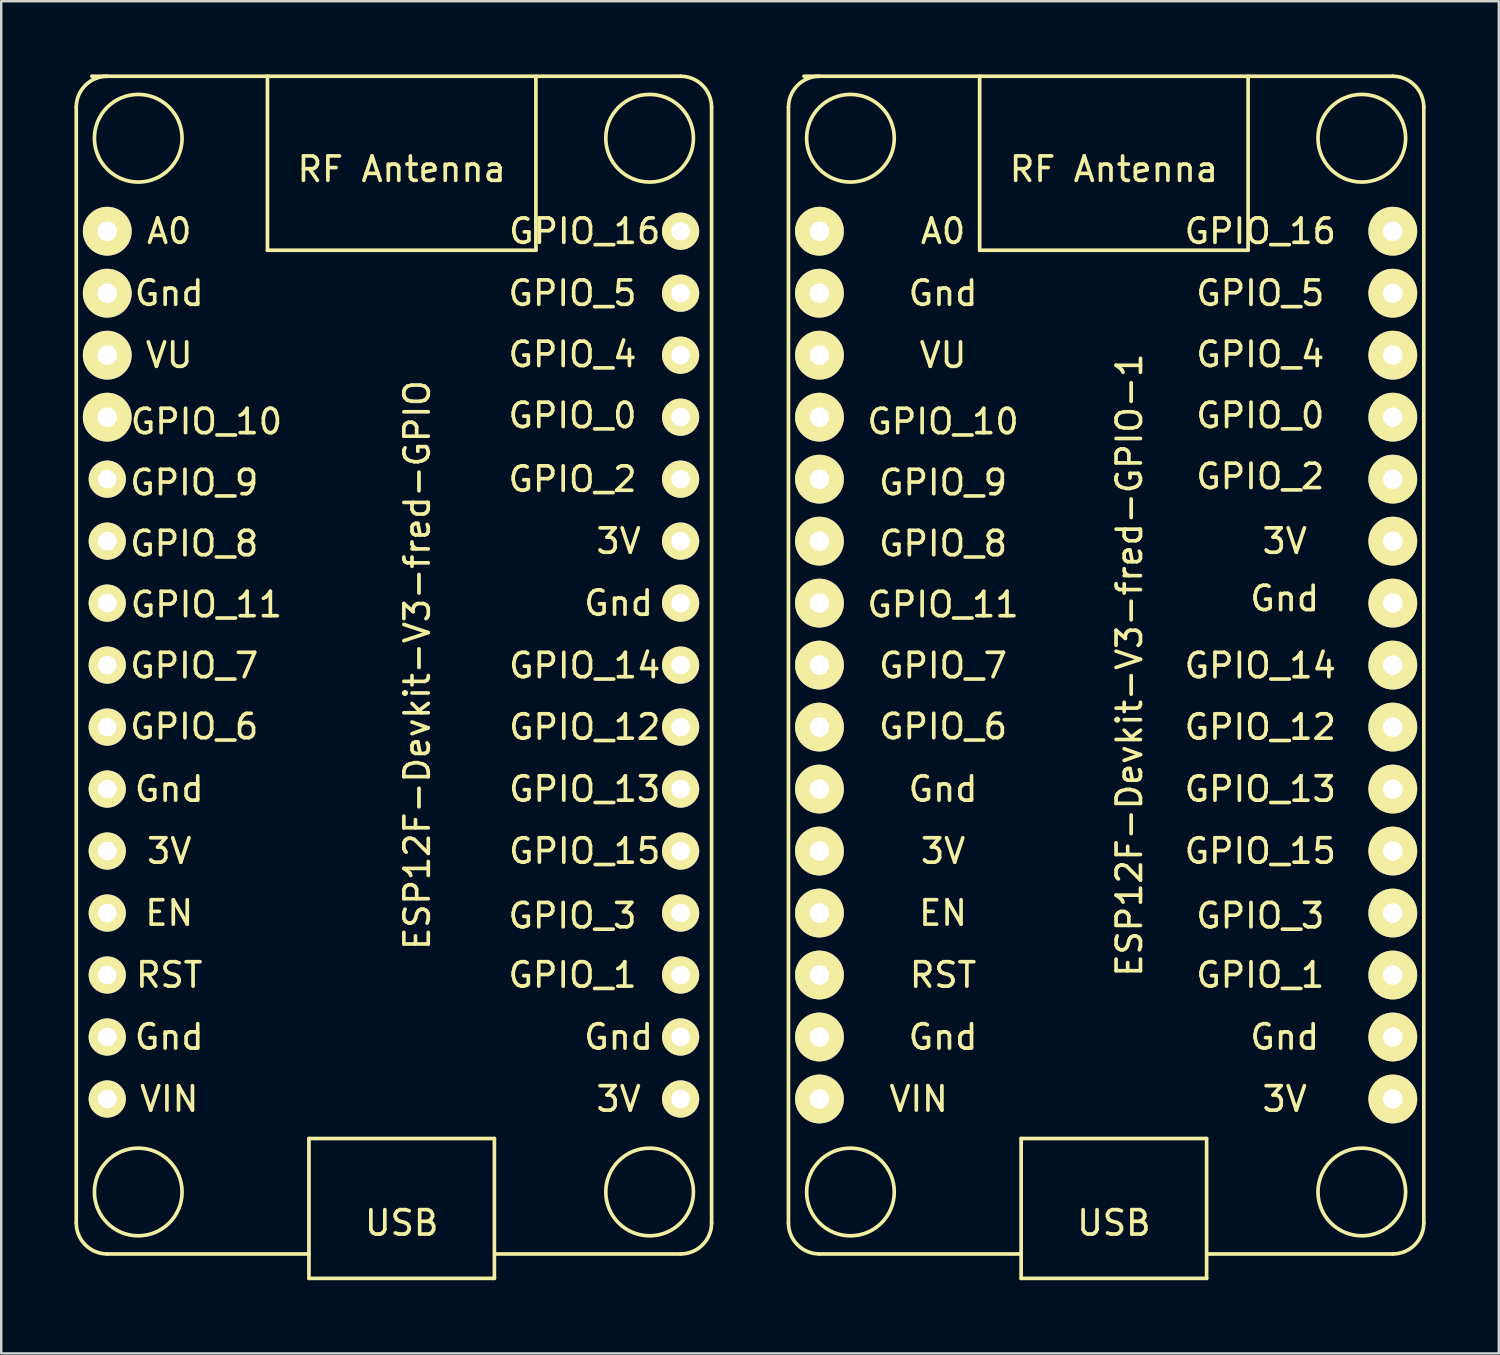
<source format=kicad_pcb>
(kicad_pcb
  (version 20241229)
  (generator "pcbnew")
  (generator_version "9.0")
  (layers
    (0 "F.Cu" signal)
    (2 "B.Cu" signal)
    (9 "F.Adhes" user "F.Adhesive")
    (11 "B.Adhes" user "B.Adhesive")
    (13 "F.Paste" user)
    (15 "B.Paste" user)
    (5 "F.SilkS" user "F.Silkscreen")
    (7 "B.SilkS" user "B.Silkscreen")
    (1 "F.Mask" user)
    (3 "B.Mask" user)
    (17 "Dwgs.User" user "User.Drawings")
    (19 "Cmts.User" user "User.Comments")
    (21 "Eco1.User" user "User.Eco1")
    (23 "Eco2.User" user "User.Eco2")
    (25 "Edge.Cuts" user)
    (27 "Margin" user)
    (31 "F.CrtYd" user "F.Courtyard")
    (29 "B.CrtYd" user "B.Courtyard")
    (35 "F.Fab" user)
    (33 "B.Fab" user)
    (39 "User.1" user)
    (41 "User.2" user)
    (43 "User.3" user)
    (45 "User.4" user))
  (footprint "ESP12F-Devkit-V3-fred-GPIO-1"
    (layer "F.Cu")
    (at 42.595 25.475)
    (property "Reference" "ESP12F-Devkit-V3-fred-GPIO-1" (at 0.635 -1.27 90) (layer "F.SilkS") (effects (font (size 1 1) (thickness 0.15))))
    (attr through_hole)
    (fp_line (start -13.335 -24.13) (end -13.335 21.59) (stroke (width 0.15) (type solid)) (layer "F.SilkS"))
    (fp_line (start -5.5 -18.27) (end -5.5 -25.4) (stroke (width 0.15) (type solid)) (layer "F.SilkS"))
    (fp_line (start -3.81 22.86) (end -12.065 22.86) (stroke (width 0.15) (type solid)) (layer "F.SilkS"))
    (fp_line (start -3.8 18.13) (end 3.8 18.13) (stroke (width 0.15) (type solid)) (layer "F.SilkS"))
    (fp_line (start -3.8 23.86) (end -3.8 18.13) (stroke (width 0.15) (type solid)) (layer "F.SilkS"))
    (fp_line (start 3.8 18.13) (end 3.8 23.86) (stroke (width 0.15) (type solid)) (layer "F.SilkS"))
    (fp_line (start 3.8 23.86) (end -3.8 23.86) (stroke (width 0.15) (type solid)) (layer "F.SilkS"))
    (fp_line (start 5.5 -25.4) (end 5.5 -18.27) (stroke (width 0.15) (type solid)) (layer "F.SilkS"))
    (fp_line (start 5.5 -18.27) (end -5.5 -18.27) (stroke (width 0.15) (type solid)) (layer "F.SilkS"))
    (fp_line (start 11.43 -25.4) (end -12.7 -25.4) (stroke (width 0.15) (type solid)) (layer "F.SilkS"))
    (fp_line (start 11.43 22.86) (end 3.81 22.86) (stroke (width 0.15) (type solid)) (layer "F.SilkS"))
    (fp_line (start 12.7 -24.13) (end 12.7 21.59) (stroke (width 0.15) (type solid)) (layer "F.SilkS"))
    (fp_arc (start -13.335 -24.13) (mid -12.963026 -25.028026) (end -12.065 -25.4) (stroke (width 0.15) (type solid)) (layer "F.SilkS"))
    (fp_arc (start -12.065 22.86) (mid -12.963026 22.488026) (end -13.335 21.59) (stroke (width 0.15) (type solid)) (layer "F.SilkS"))
    (fp_arc (start 11.43 -25.4) (mid 12.328026 -25.028026) (end 12.7 -24.13) (stroke (width 0.15) (type solid)) (layer "F.SilkS"))
    (fp_arc (start 12.7 21.59) (mid 12.328026 22.488026) (end 11.43 22.86) (stroke (width 0.15) (type solid)) (layer "F.SilkS"))
    (fp_circle (center -10.795 -22.86) (end -9.525 -24.13) (stroke (width 0.15) (type solid)) (fill no) (layer "F.SilkS"))
    (fp_circle (center -10.795 20.32) (end -9.525 19.05) (stroke (width 0.15) (type solid)) (fill no) (layer "F.SilkS"))
    (fp_circle (center 10.16 -22.86) (end 11.43 -24.13) (stroke (width 0.15) (type solid)) (fill no) (layer "F.SilkS"))
    (fp_circle (center 10.16 20.32) (end 11.43 19.05) (stroke (width 0.15) (type solid)) (fill no) (layer "F.SilkS"))
    (fp_text user "GPIO_9" (at -7 -8.75 0) (layer "F.SilkS") (effects (font (size 1 1) (thickness 0.15))))
    (fp_text user "VU" (at -7 -13.97 0) (layer "F.SilkS") (effects (font (size 1 1) (thickness 0.15))))
    (fp_text user "GPIO_4" (at 6 -14 0) (layer "F.SilkS") (effects (font (size 1 1) (thickness 0.15))))
    (fp_text user "RF Antenna" (at 0 -21.59 0) (layer "F.SilkS") (effects (font (size 1 1) (thickness 0.15))))
    (fp_text user "GPIO_14" (at 6 -1.25 0) (layer "F.SilkS") (effects (font (size 1 1) (thickness 0.15))))
    (fp_text user "Gnd" (at -7 13.97 0) (layer "F.SilkS") (effects (font (size 1 1) (thickness 0.15))))
    (fp_text user "GPIO_2" (at 6 -9 0) (layer "F.SilkS") (effects (font (size 1 1) (thickness 0.15))))
    (fp_text user "3V" (at 7 -6.35 0) (layer "F.SilkS") (effects (font (size 1 1) (thickness 0.15))))
    (fp_text user "Gnd" (at -7 -16.51 0) (layer "F.SilkS") (effects (font (size 1 1) (thickness 0.15))))
    (fp_text user "GPIO_8" (at -7 -6.25 0) (layer "F.SilkS") (effects (font (size 1 1) (thickness 0.15))))
    (fp_text user "A0" (at -7 -19.05 0) (layer "F.SilkS") (effects (font (size 1 1) (thickness 0.15))))
    (fp_text user "EN" (at -7 8.89 0) (layer "F.SilkS") (effects (font (size 1 1) (thickness 0.15))))
    (fp_text user "GPIO_0" (at 6 -11.5 0) (layer "F.SilkS") (effects (font (size 1 1) (thickness 0.15))))
    (fp_text user "USB" (at 0 21.59 0) (layer "F.SilkS") (effects (font (size 1 1) (thickness 0.15))))
    (fp_text user "GPIO_11" (at -7 -3.75 0) (layer "F.SilkS") (effects (font (size 1 1) (thickness 0.15))))
    (fp_text user "GPIO_3" (at 6 9 0) (layer "F.SilkS") (effects (font (size 1 1) (thickness 0.15))))
    (fp_text user "3V" (at 7 16.51 0) (layer "F.SilkS") (effects (font (size 1 1) (thickness 0.15))))
    (fp_text user "GPIO_6" (at -7 1.25 0) (layer "F.SilkS") (effects (font (size 1 1) (thickness 0.15))))
    (fp_text user "GPIO_12" (at 6 1.27 0) (layer "F.SilkS") (effects (font (size 1 1) (thickness 0.15))))
    (fp_text user "GPIO_15" (at 6 6.35 0) (layer "F.SilkS") (effects (font (size 1 1) (thickness 0.15))))
    (fp_text user "GPIO_5" (at 6 -16.51 0) (layer "F.SilkS") (effects (font (size 1 1) (thickness 0.15))))
    (fp_text user "VIN" (at -8 16.51 0) (layer "F.SilkS") (effects (font (size 1 1) (thickness 0.15))))
    (fp_text user "3V" (at -7 6.35 0) (layer "F.SilkS") (effects (font (size 1 1) (thickness 0.15))))
    (fp_text user "GPIO_7" (at -7 -1.25 0) (layer "F.SilkS") (effects (font (size 1 1) (thickness 0.15))))
    (fp_text user "Gnd" (at 7 13.97 0) (layer "F.SilkS") (effects (font (size 1 1) (thickness 0.15))))
    (fp_text user "RST" (at -7 11.43 0) (layer "F.SilkS") (effects (font (size 1 1) (thickness 0.15))))
    (fp_text user "GPIO_13" (at 6 3.81 0) (layer "F.SilkS") (effects (font (size 1 1) (thickness 0.15))))
    (fp_text user "GPIO_16" (at 6 -19.05 0) (layer "F.SilkS") (effects (font (size 1 1) (thickness 0.15))))
    (fp_text user "GPIO_10" (at -7 -11.25 0) (layer "F.SilkS") (effects (font (size 1 1) (thickness 0.15))))
    (fp_text user "GPIO_1" (at 6 11.43 0) (layer "F.SilkS") (effects (font (size 1 1) (thickness 0.15))))
    (fp_text user "Gnd" (at 7 -4 0) (layer "F.SilkS") (effects (font (size 1 1) (thickness 0.15))))
    (fp_text user "Gnd" (at -7 3.81 0) (layer "F.SilkS") (effects (font (size 1 1) (thickness 0.15))))
    (pad "1" thru_hole circle (at -12.065 -19.05) (size 2 2) (drill 0.8) (layers "*.Cu" "*.Mask" "F.SilkS"))
    (pad "2" thru_hole circle (at -12.065 -16.51) (size 2 2) (drill 0.8) (layers "*.Cu" "*.Mask" "F.SilkS"))
    (pad "3" thru_hole circle (at -12.065 -13.97) (size 2 2) (drill 0.8) (layers "*.Cu" "*.Mask" "F.SilkS"))
    (pad "4" thru_hole circle (at -12.065 -11.43) (size 2 2) (drill 0.8) (layers "*.Cu" "*.Mask" "F.SilkS"))
    (pad "5" thru_hole circle (at -12.065 -8.89) (size 2 2) (drill 0.8) (layers "*.Cu" "*.Mask" "F.SilkS"))
    (pad "6" thru_hole circle (at -12.065 -6.35) (size 2 2) (drill 0.8) (layers "*.Cu" "*.Mask" "F.SilkS"))
    (pad "7" thru_hole circle (at -12.065 -3.81) (size 2 2) (drill 0.8) (layers "*.Cu" "*.Mask" "F.SilkS"))
    (pad "8" thru_hole circle (at -12.065 -1.27) (size 2 2) (drill 0.8) (layers "*.Cu" "*.Mask" "F.SilkS"))
    (pad "9" thru_hole circle (at -12.065 1.27) (size 2 2) (drill 0.8) (layers "*.Cu" "*.Mask" "F.SilkS"))
    (pad "10" thru_hole circle (at -12.065 3.81) (size 2 2) (drill 0.8) (layers "*.Cu" "*.Mask" "F.SilkS"))
    (pad "11" thru_hole circle (at -12.065 6.35) (size 2 2) (drill 0.8) (layers "*.Cu" "*.Mask" "F.SilkS"))
    (pad "12" thru_hole circle (at -12.065 8.89) (size 2 2) (drill 0.8) (layers "*.Cu" "*.Mask" "F.SilkS"))
    (pad "13" thru_hole circle (at -12.065 11.43) (size 2 2) (drill 0.8) (layers "*.Cu" "*.Mask" "F.SilkS"))
    (pad "14" thru_hole circle (at -12.065 13.97) (size 2 2) (drill 0.8) (layers "*.Cu" "*.Mask" "F.SilkS"))
    (pad "15" thru_hole circle (at -12.065 16.51) (size 2 2) (drill 0.8) (layers "*.Cu" "*.Mask" "F.SilkS"))
    (pad "16" thru_hole circle (at 11.43 16.51) (size 2 2) (drill 0.8) (layers "*.Cu" "*.Mask" "F.SilkS"))
    (pad "17" thru_hole circle (at 11.43 13.97) (size 2 2) (drill 0.8) (layers "*.Cu" "*.Mask" "F.SilkS"))
    (pad "18" thru_hole circle (at 11.43 11.43) (size 2 2) (drill 0.8) (layers "*.Cu" "*.Mask" "F.SilkS"))
    (pad "19" thru_hole circle (at 11.43 8.89) (size 2 2) (drill 0.8) (layers "*.Cu" "*.Mask" "F.SilkS"))
    (pad "20" thru_hole circle (at 11.43 6.35) (size 2 2) (drill 0.8) (layers "*.Cu" "*.Mask" "F.SilkS"))
    (pad "21" thru_hole circle (at 11.43 3.81) (size 2 2) (drill 0.8) (layers "*.Cu" "*.Mask" "F.SilkS"))
    (pad "22" thru_hole circle (at 11.43 1.27) (size 2 2) (drill 0.8) (layers "*.Cu" "*.Mask" "F.SilkS"))
    (pad "23" thru_hole circle (at 11.43 -1.27) (size 2 2) (drill 0.8) (layers "*.Cu" "*.Mask" "F.SilkS"))
    (pad "24" thru_hole circle (at 11.43 -3.81) (size 2 2) (drill 0.8) (layers "*.Cu" "*.Mask" "F.SilkS"))
    (pad "25" thru_hole circle (at 11.43 -6.35) (size 2 2) (drill 0.8) (layers "*.Cu" "*.Mask" "F.SilkS"))
    (pad "26" thru_hole circle (at 11.43 -8.89) (size 2 2) (drill 0.8) (layers "*.Cu" "*.Mask" "F.SilkS"))
    (pad "27" thru_hole circle (at 11.43 -11.43) (size 2 2) (drill 0.8) (layers "*.Cu" "*.Mask" "F.SilkS"))
    (pad "28" thru_hole circle (at 11.43 -13.97) (size 2 2) (drill 0.8) (layers "*.Cu" "*.Mask" "F.SilkS"))
    (pad "29" thru_hole circle (at 11.43 -16.51) (size 2 2) (drill 0.8) (layers "*.Cu" "*.Mask" "F.SilkS"))
    (pad "30" thru_hole circle (at 11.43 -19.05) (size 2 2) (drill 0.8) (layers "*.Cu" "*.Mask" "F.SilkS")))
  (footprint "ESP12F-Devkit-V3-fred-GPIO"
    (layer "F.Cu")
    (at 13.41 25.475)
    (property "Reference" "ESP12F-Devkit-V3-fred-GPIO" (at 0.635 -1.27 90) (layer "F.SilkS") (effects (font (size 1 1) (thickness 0.15))))
    (attr through_hole)
    (fp_line (start -13.335 -24.13) (end -13.335 21.59) (stroke (width 0.15) (type solid)) (layer "F.SilkS"))
    (fp_line (start -5.5 -18.27) (end -5.5 -25.4) (stroke (width 0.15) (type solid)) (layer "F.SilkS"))
    (fp_line (start -3.81 22.86) (end -12.065 22.86) (stroke (width 0.15) (type solid)) (layer "F.SilkS"))
    (fp_line (start -3.8 18.13) (end 3.8 18.13) (stroke (width 0.15) (type solid)) (layer "F.SilkS"))
    (fp_line (start -3.8 23.86) (end -3.8 18.13) (stroke (width 0.15) (type solid)) (layer "F.SilkS"))
    (fp_line (start 3.8 18.13) (end 3.8 23.86) (stroke (width 0.15) (type solid)) (layer "F.SilkS"))
    (fp_line (start 3.8 23.86) (end -3.8 23.86) (stroke (width 0.15) (type solid)) (layer "F.SilkS"))
    (fp_line (start 5.5 -25.4) (end 5.5 -18.27) (stroke (width 0.15) (type solid)) (layer "F.SilkS"))
    (fp_line (start 5.5 -18.27) (end -5.5 -18.27) (stroke (width 0.15) (type solid)) (layer "F.SilkS"))
    (fp_line (start 11.43 -25.4) (end -12.7 -25.4) (stroke (width 0.15) (type solid)) (layer "F.SilkS"))
    (fp_line (start 11.43 22.86) (end 3.81 22.86) (stroke (width 0.15) (type solid)) (layer "F.SilkS"))
    (fp_line (start 12.7 -24.13) (end 12.7 21.59) (stroke (width 0.15) (type solid)) (layer "F.SilkS"))
    (fp_arc (start -13.335 -24.13) (mid -12.963026 -25.028026) (end -12.065 -25.4) (stroke (width 0.15) (type solid)) (layer "F.SilkS"))
    (fp_arc (start -12.065 22.86) (mid -12.963026 22.488026) (end -13.335 21.59) (stroke (width 0.15) (type solid)) (layer "F.SilkS"))
    (fp_arc (start 11.43 -25.4) (mid 12.328026 -25.028026) (end 12.7 -24.13) (stroke (width 0.15) (type solid)) (layer "F.SilkS"))
    (fp_arc (start 12.7 21.59) (mid 12.328026 22.488026) (end 11.43 22.86) (stroke (width 0.15) (type solid)) (layer "F.SilkS"))
    (fp_circle (center -10.795 -22.86) (end -9.525 -24.13) (stroke (width 0.15) (type solid)) (fill no) (layer "F.SilkS"))
    (fp_circle (center -10.795 20.32) (end -9.525 19.05) (stroke (width 0.15) (type solid)) (fill no) (layer "F.SilkS"))
    (fp_circle (center 10.16 -22.86) (end 11.43 -24.13) (stroke (width 0.15) (type solid)) (fill no) (layer "F.SilkS"))
    (fp_circle (center 10.16 20.32) (end 11.43 19.05) (stroke (width 0.15) (type solid)) (fill no) (layer "F.SilkS"))
    (fp_text user "GPIO_13" (at 7.5 3.81 0) (layer "F.SilkS") (effects (font (size 1 1) (thickness 0.15))))
    (fp_text user "GPIO_14" (at 7.5 -1.25 0) (layer "F.SilkS") (effects (font (size 1 1) (thickness 0.15))))
    (fp_text user "GPIO_4" (at 7 -14 0) (layer "F.SilkS") (effects (font (size 1 1) (thickness 0.15))))
    (fp_text user "USB" (at 0 21.59 0) (layer "F.SilkS") (effects (font (size 1 1) (thickness 0.15))))
    (fp_text user "GPIO_5" (at 7 -16.51 0) (layer "F.SilkS") (effects (font (size 1 1) (thickness 0.15))))
    (fp_text user "VU" (at -9.525 -13.97 0) (layer "F.SilkS") (effects (font (size 1 1) (thickness 0.15))))
    (fp_text user "Gnd" (at 8.89 13.97 0) (layer "F.SilkS") (effects (font (size 1 1) (thickness 0.15))))
    (fp_text user "GPIO_15" (at 7.5 6.35 0) (layer "F.SilkS") (effects (font (size 1 1) (thickness 0.15))))
    (fp_text user "3V" (at 8.89 -6.35 0) (layer "F.SilkS") (effects (font (size 1 1) (thickness 0.15))))
    (fp_text user "EN" (at -9.525 8.89 0) (layer "F.SilkS") (effects (font (size 1 1) (thickness 0.15))))
    (fp_text user "RF Antenna" (at 0 -21.59 0) (layer "F.SilkS") (effects (font (size 1 1) (thickness 0.15))))
    (fp_text user "GPIO_2" (at 7 -8.89 0) (layer "F.SilkS") (effects (font (size 1 1) (thickness 0.15))))
    (fp_text user "GPIO_16" (at 7.5 -19.05 0) (layer "F.SilkS") (effects (font (size 1 1) (thickness 0.15))))
    (fp_text user "GPIO_7" (at -8.5 -1.25 0) (layer "F.SilkS") (effects (font (size 1 1) (thickness 0.15))))
    (fp_text user "GPIO_3" (at 7 9 0) (layer "F.SilkS") (effects (font (size 1 1) (thickness 0.15))))
    (fp_text user "GPIO_8" (at -8.5 -6.25 0) (layer "F.SilkS") (effects (font (size 1 1) (thickness 0.15))))
    (fp_text user "VIN" (at -9.525 16.51 0) (layer "F.SilkS") (effects (font (size 1 1) (thickness 0.15))))
    (fp_text user "3V" (at -9.525 6.35 0) (layer "F.SilkS") (effects (font (size 1 1) (thickness 0.15))))
    (fp_text user "GPIO_0" (at 7 -11.5 0) (layer "F.SilkS") (effects (font (size 1 1) (thickness 0.15))))
    (fp_text user "3V" (at 8.89 16.51 0) (layer "F.SilkS") (effects (font (size 1 1) (thickness 0.15))))
    (fp_text user "GPIO_1" (at 7 11.43 0) (layer "F.SilkS") (effects (font (size 1 1) (thickness 0.15))))
    (fp_text user "Gnd" (at 8.89 -3.81 0) (layer "F.SilkS") (effects (font (size 1 1) (thickness 0.15))))
    (fp_text user "GPIO_10" (at -8 -11.25 0) (layer "F.SilkS") (effects (font (size 1 1) (thickness 0.15))))
    (fp_text user "GPIO_12" (at 7.5 1.27 0) (layer "F.SilkS") (effects (font (size 1 1) (thickness 0.15))))
    (fp_text user "A0" (at -9.525 -19.05 0) (layer "F.SilkS") (effects (font (size 1 1) (thickness 0.15))))
    (fp_text user "GPIO_11" (at -8 -3.75 0) (layer "F.SilkS") (effects (font (size 1 1) (thickness 0.15))))
    (fp_text user "Gnd" (at -9.525 -16.51 0) (layer "F.SilkS") (effects (font (size 1 1) (thickness 0.15))))
    (fp_text user "Gnd" (at -9.525 13.97 0) (layer "F.SilkS") (effects (font (size 1 1) (thickness 0.15))))
    (fp_text user "GPIO_6" (at -8.5 1.25 0) (layer "F.SilkS") (effects (font (size 1 1) (thickness 0.15))))
    (fp_text user "RST" (at -9.525 11.43 0) (layer "F.SilkS") (effects (font (size 1 1) (thickness 0.15))))
    (fp_text user "Gnd" (at -9.525 3.81 0) (layer "F.SilkS") (effects (font (size 1 1) (thickness 0.15))))
    (fp_text user "GPIO_9" (at -8.5 -8.75 0) (layer "F.SilkS") (effects (font (size 1 1) (thickness 0.15))))
    (pad "1" thru_hole circle (at -12.065 -19.05) (size 2 2) (drill 0.8) (layers "*.Cu" "*.Mask" "F.SilkS"))
    (pad "2" thru_hole circle (at -12.065 -16.51) (size 2 2) (drill 0.8) (layers "*.Cu" "*.Mask" "F.SilkS"))
    (pad "3" thru_hole circle (at -12.065 -13.97) (size 2 2) (drill 0.8) (layers "*.Cu" "*.Mask" "F.SilkS"))
    (pad "4" thru_hole circle (at -12.065 -11.43) (size 2 2) (drill 0.8) (layers "*.Cu" "*.Mask" "F.SilkS"))
    (pad "5" thru_hole circle (at -12.065 -8.89) (size 1.524 1.524) (drill 0.762) (layers "*.Cu" "*.Mask" "F.SilkS"))
    (pad "6" thru_hole circle (at -12.065 -6.35) (size 1.524 1.524) (drill 0.762) (layers "*.Cu" "*.Mask" "F.SilkS"))
    (pad "7" thru_hole circle (at -12.065 -3.81) (size 1.524 1.524) (drill 0.762) (layers "*.Cu" "*.Mask" "F.SilkS"))
    (pad "8" thru_hole circle (at -12.065 -1.27) (size 1.524 1.524) (drill 0.762) (layers "*.Cu" "*.Mask" "F.SilkS"))
    (pad "9" thru_hole circle (at -12.065 1.27) (size 1.524 1.524) (drill 0.762) (layers "*.Cu" "*.Mask" "F.SilkS"))
    (pad "10" thru_hole circle (at -12.065 3.81) (size 1.524 1.524) (drill 0.762) (layers "*.Cu" "*.Mask" "F.SilkS"))
    (pad "11" thru_hole circle (at -12.065 6.35) (size 1.524 1.524) (drill 0.762) (layers "*.Cu" "*.Mask" "F.SilkS"))
    (pad "12" thru_hole circle (at -12.065 8.89) (size 1.524 1.524) (drill 0.762) (layers "*.Cu" "*.Mask" "F.SilkS"))
    (pad "13" thru_hole circle (at -12.065 11.43) (size 1.524 1.524) (drill 0.762) (layers "*.Cu" "*.Mask" "F.SilkS"))
    (pad "14" thru_hole circle (at -12.065 13.97) (size 1.524 1.524) (drill 0.762) (layers "*.Cu" "*.Mask" "F.SilkS"))
    (pad "15" thru_hole circle (at -12.065 16.51) (size 1.524 1.524) (drill 0.762) (layers "*.Cu" "*.Mask" "F.SilkS"))
    (pad "16" thru_hole circle (at 11.43 16.51) (size 1.524 1.524) (drill 0.762) (layers "*.Cu" "*.Mask" "F.SilkS"))
    (pad "17" thru_hole circle (at 11.43 13.97) (size 1.524 1.524) (drill 0.762) (layers "*.Cu" "*.Mask" "F.SilkS"))
    (pad "18" thru_hole circle (at 11.43 11.43) (size 1.524 1.524) (drill 0.762) (layers "*.Cu" "*.Mask" "F.SilkS"))
    (pad "19" thru_hole circle (at 11.43 8.89) (size 1.524 1.524) (drill 0.762) (layers "*.Cu" "*.Mask" "F.SilkS"))
    (pad "20" thru_hole circle (at 11.43 6.35) (size 1.524 1.524) (drill 0.762) (layers "*.Cu" "*.Mask" "F.SilkS"))
    (pad "21" thru_hole circle (at 11.43 3.81) (size 1.524 1.524) (drill 0.762) (layers "*.Cu" "*.Mask" "F.SilkS"))
    (pad "22" thru_hole circle (at 11.43 1.27) (size 1.524 1.524) (drill 0.762) (layers "*.Cu" "*.Mask" "F.SilkS"))
    (pad "23" thru_hole circle (at 11.43 -1.27) (size 1.524 1.524) (drill 0.762) (layers "*.Cu" "*.Mask" "F.SilkS"))
    (pad "24" thru_hole circle (at 11.43 -3.81) (size 1.524 1.524) (drill 0.762) (layers "*.Cu" "*.Mask" "F.SilkS"))
    (pad "25" thru_hole circle (at 11.43 -6.35) (size 1.524 1.524) (drill 0.762) (layers "*.Cu" "*.Mask" "F.SilkS"))
    (pad "26" thru_hole circle (at 11.43 -8.89) (size 1.524 1.524) (drill 0.762) (layers "*.Cu" "*.Mask" "F.SilkS"))
    (pad "27" thru_hole circle (at 11.43 -11.43) (size 1.524 1.524) (drill 0.762) (layers "*.Cu" "*.Mask" "F.SilkS"))
    (pad "28" thru_hole circle (at 11.43 -13.97) (size 1.524 1.524) (drill 0.762) (layers "*.Cu" "*.Mask" "F.SilkS"))
    (pad "29" thru_hole circle (at 11.43 -16.51) (size 1.524 1.524) (drill 0.762) (layers "*.Cu" "*.Mask" "F.SilkS"))
    (pad "30" thru_hole circle (at 11.43 -19.05) (size 1.524 1.524) (drill 0.762) (layers "*.Cu" "*.Mask" "F.SilkS")))
  (gr_rect
    (start -3 -3)
    (end 58.37 52.41)
    (stroke (width 0.1) (type default))
    (fill no)
    (layer "Edge.Cuts")))
</source>
